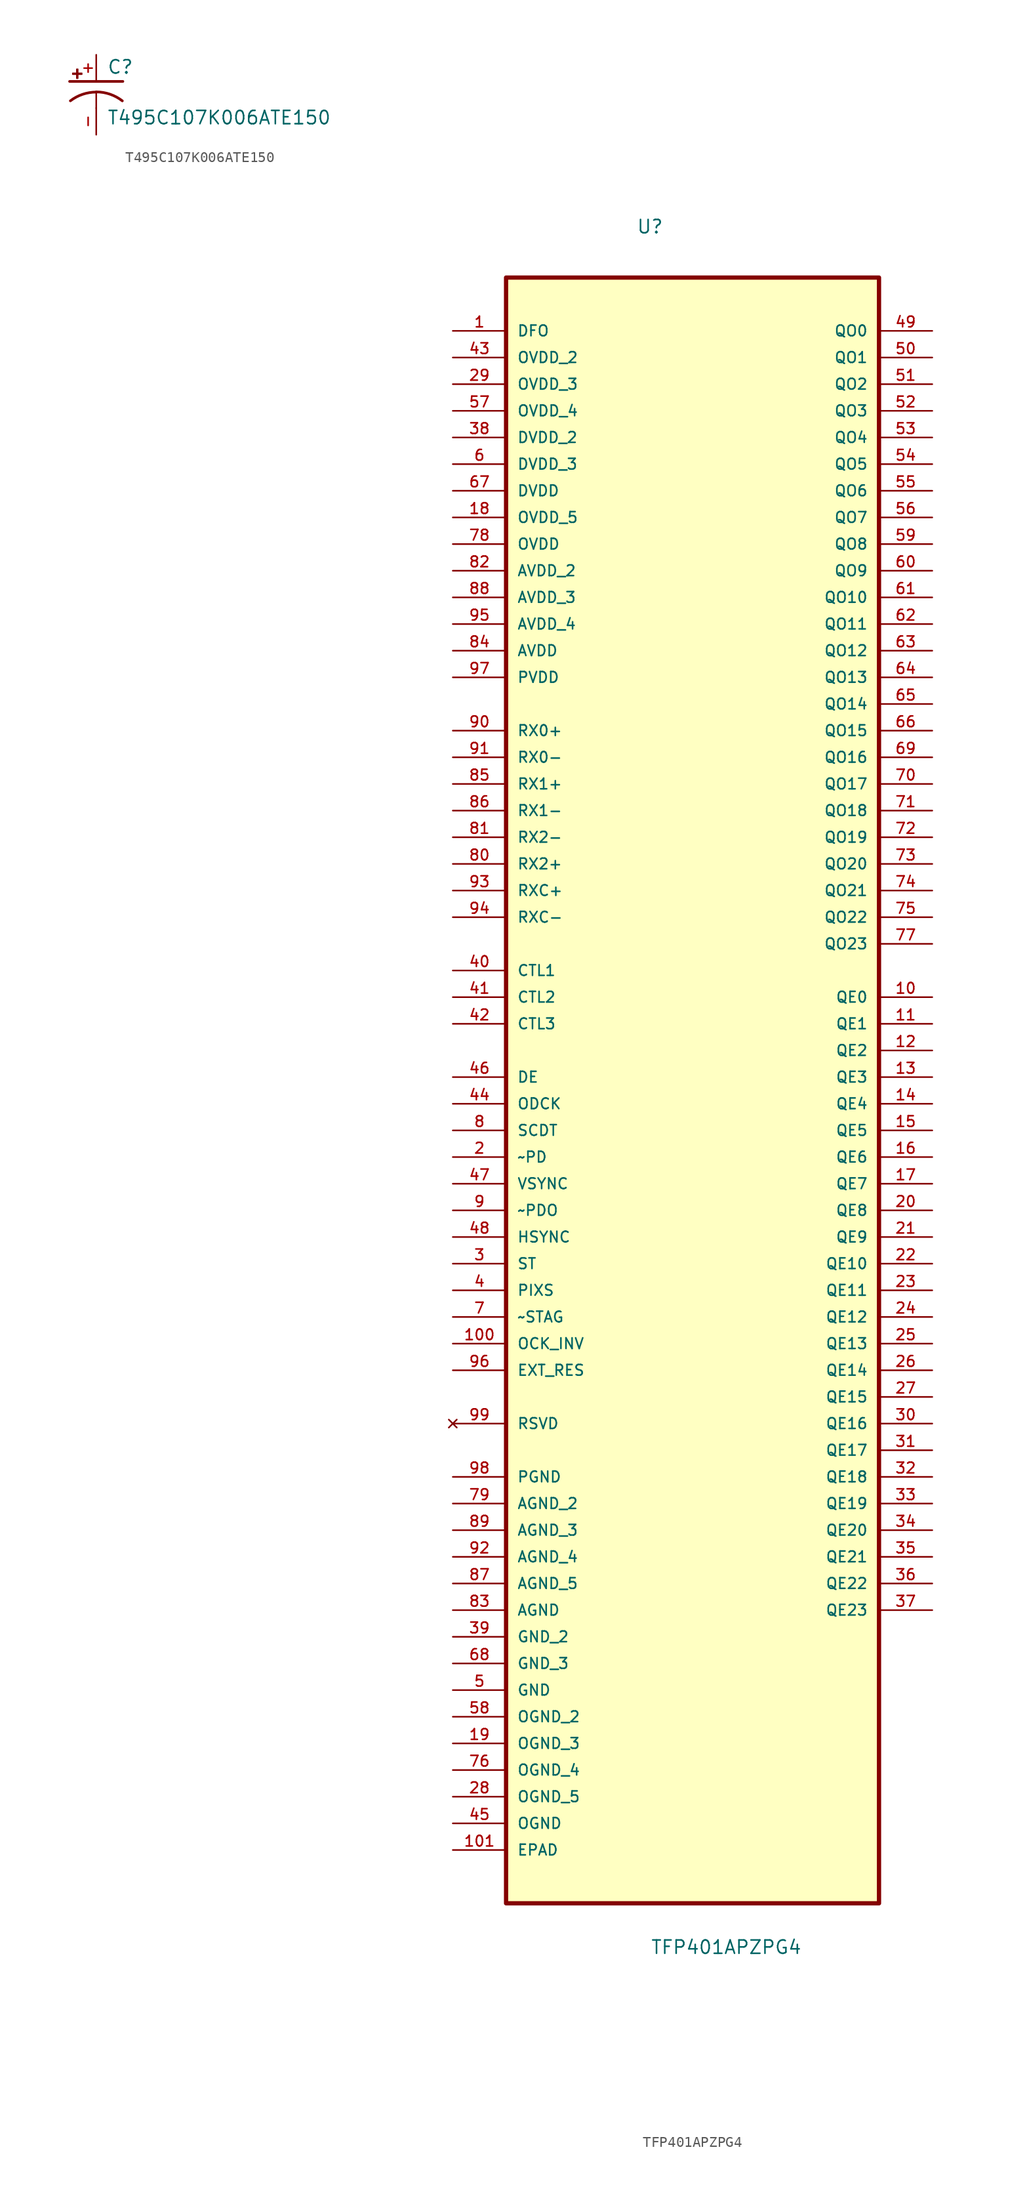
<source format=kicad_sym>
(kicad_symbol_lib
  (version 20231120)
  (generator "kicad_symbol_editor")
  (generator_version "8.0")
  (symbol "T495C107K006ATE150"
    (pin_names
      (offset 1.016))
    (property "Reference" "C"
      (at 1.018 0.636 0)
      (effects (font (size 1.27 1.27)) (justify left bottom)))
    (property "Value" "T495C107K006ATE150"
      (at 1.016 -4.193 0)
      (effects (font (size 1.27 1.27)) (justify left bottom)))
    (symbol "T495C107K006ATE150_0_0"
      (rectangle (start -2.254 0.668) (end -1.364 0.795) (stroke (width 0.1) (type default)) (fill (type outline)))
      (rectangle (start -1.872 0.287) (end -1.745 1.176) (stroke (width 0.1) (type default)) (fill (type outline)))
      (arc (start 0 -1.0161) (mid -1.3147 -1.2346) (end -2.4669 -1.8504) (stroke (width 0.254) (type default)) (fill (type none)))
      (polyline (pts (xy -2.54 0) (xy 2.54 0)) (stroke (width 0.254) (type default)) (fill (type none)))
      (polyline (pts (xy 0 -1.016) (xy 0 -2.54)) (stroke (width 0.152) (type default)) (fill (type none)))
      (arc (start 2.4892 -1.8542) (mid 1.3199 -1.2209) (end 0 -1) (stroke (width 0.254) (type default)) (fill (type none)))
      (pin passive line (at 0 2.54 270) (length 2.54) (name "~" (effects (font (size 1.016 1.016)))) (number "+" (effects (font (size 1.016 1.016)))))
      (pin passive line (at 0 -5.08 90) (length 2.54) (name "~" (effects (font (size 1.016 1.016)))) (number "-" (effects (font (size 1.016 1.016)))))))
  (symbol "TFP401APZPG4"
    (pin_names
      (offset 1.016))
    (property "Reference" "U"
      (at -5.364 77.766 0)
      (effects (font (size 1.27 1.27)) (justify left bottom)))
    (property "Value" "TFP401APZPG4"
      (at -4.019 -86.206 0)
      (effects (font (size 1.27 1.27)) (justify left bottom)))
    (symbol "TFP401APZPG4_0_0"
      (rectangle (start -17.78 -81.28) (end 17.78 73.66) (stroke (width 0.406) (type default)) (fill (type background)))
      (pin input line (at -22.86 68.58 0) (length 5.08) (name "DFO" (effects (font (size 1.016 1.016)))) (number "1" (effects (font (size 1.016 1.016)))))
      (pin output line (at 22.86 5.08 180) (length 5.08) (name "QE0" (effects (font (size 1.016 1.016)))) (number "10" (effects (font (size 1.016 1.016)))))
      (pin input line (at -22.86 -27.94 0) (length 5.08) (name "OCK_INV" (effects (font (size 1.016 1.016)))) (number "100" (effects (font (size 1.016 1.016)))))
      (pin passive line (at -22.86 -76.2 0) (length 5.08) (name "EPAD" (effects (font (size 1.016 1.016)))) (number "101" (effects (font (size 1.016 1.016)))))
      (pin output line (at 22.86 2.54 180) (length 5.08) (name "QE1" (effects (font (size 1.016 1.016)))) (number "11" (effects (font (size 1.016 1.016)))))
      (pin output line (at 22.86 0 180) (length 5.08) (name "QE2" (effects (font (size 1.016 1.016)))) (number "12" (effects (font (size 1.016 1.016)))))
      (pin output line (at 22.86 -2.54 180) (length 5.08) (name "QE3" (effects (font (size 1.016 1.016)))) (number "13" (effects (font (size 1.016 1.016)))))
      (pin output line (at 22.86 -5.08 180) (length 5.08) (name "QE4" (effects (font (size 1.016 1.016)))) (number "14" (effects (font (size 1.016 1.016)))))
      (pin output line (at 22.86 -7.62 180) (length 5.08) (name "QE5" (effects (font (size 1.016 1.016)))) (number "15" (effects (font (size 1.016 1.016)))))
      (pin output line (at 22.86 -10.16 180) (length 5.08) (name "QE6" (effects (font (size 1.016 1.016)))) (number "16" (effects (font (size 1.016 1.016)))))
      (pin output line (at 22.86 -12.7 180) (length 5.08) (name "QE7" (effects (font (size 1.016 1.016)))) (number "17" (effects (font (size 1.016 1.016)))))
      (pin power_in line (at -22.86 50.8 0) (length 5.08) (name "OVDD_5" (effects (font (size 1.016 1.016)))) (number "18" (effects (font (size 1.016 1.016)))))
      (pin passive line (at -22.86 -66.04 0) (length 5.08) (name "OGND_3" (effects (font (size 1.016 1.016)))) (number "19" (effects (font (size 1.016 1.016)))))
      (pin input line (at -22.86 -10.16 0) (length 5.08) (name "~PD" (effects (font (size 1.016 1.016)))) (number "2" (effects (font (size 1.016 1.016)))))
      (pin output line (at 22.86 -15.24 180) (length 5.08) (name "QE8" (effects (font (size 1.016 1.016)))) (number "20" (effects (font (size 1.016 1.016)))))
      (pin output line (at 22.86 -17.78 180) (length 5.08) (name "QE9" (effects (font (size 1.016 1.016)))) (number "21" (effects (font (size 1.016 1.016)))))
      (pin output line (at 22.86 -20.32 180) (length 5.08) (name "QE10" (effects (font (size 1.016 1.016)))) (number "22" (effects (font (size 1.016 1.016)))))
      (pin output line (at 22.86 -22.86 180) (length 5.08) (name "QE11" (effects (font (size 1.016 1.016)))) (number "23" (effects (font (size 1.016 1.016)))))
      (pin output line (at 22.86 -25.4 180) (length 5.08) (name "QE12" (effects (font (size 1.016 1.016)))) (number "24" (effects (font (size 1.016 1.016)))))
      (pin output line (at 22.86 -27.94 180) (length 5.08) (name "QE13" (effects (font (size 1.016 1.016)))) (number "25" (effects (font (size 1.016 1.016)))))
      (pin output line (at 22.86 -30.48 180) (length 5.08) (name "QE14" (effects (font (size 1.016 1.016)))) (number "26" (effects (font (size 1.016 1.016)))))
      (pin output line (at 22.86 -33.02 180) (length 5.08) (name "QE15" (effects (font (size 1.016 1.016)))) (number "27" (effects (font (size 1.016 1.016)))))
      (pin passive line (at -22.86 -71.12 0) (length 5.08) (name "OGND_5" (effects (font (size 1.016 1.016)))) (number "28" (effects (font (size 1.016 1.016)))))
      (pin power_in line (at -22.86 63.5 0) (length 5.08) (name "OVDD_3" (effects (font (size 1.016 1.016)))) (number "29" (effects (font (size 1.016 1.016)))))
      (pin input line (at -22.86 -20.32 0) (length 5.08) (name "ST" (effects (font (size 1.016 1.016)))) (number "3" (effects (font (size 1.016 1.016)))))
      (pin output line (at 22.86 -35.56 180) (length 5.08) (name "QE16" (effects (font (size 1.016 1.016)))) (number "30" (effects (font (size 1.016 1.016)))))
      (pin output line (at 22.86 -38.1 180) (length 5.08) (name "QE17" (effects (font (size 1.016 1.016)))) (number "31" (effects (font (size 1.016 1.016)))))
      (pin output line (at 22.86 -40.64 180) (length 5.08) (name "QE18" (effects (font (size 1.016 1.016)))) (number "32" (effects (font (size 1.016 1.016)))))
      (pin output line (at 22.86 -43.18 180) (length 5.08) (name "QE19" (effects (font (size 1.016 1.016)))) (number "33" (effects (font (size 1.016 1.016)))))
      (pin output line (at 22.86 -45.72 180) (length 5.08) (name "QE20" (effects (font (size 1.016 1.016)))) (number "34" (effects (font (size 1.016 1.016)))))
      (pin output line (at 22.86 -48.26 180) (length 5.08) (name "QE21" (effects (font (size 1.016 1.016)))) (number "35" (effects (font (size 1.016 1.016)))))
      (pin output line (at 22.86 -50.8 180) (length 5.08) (name "QE22" (effects (font (size 1.016 1.016)))) (number "36" (effects (font (size 1.016 1.016)))))
      (pin output line (at 22.86 -53.34 180) (length 5.08) (name "QE23" (effects (font (size 1.016 1.016)))) (number "37" (effects (font (size 1.016 1.016)))))
      (pin power_in line (at -22.86 58.42 0) (length 5.08) (name "DVDD_2" (effects (font (size 1.016 1.016)))) (number "38" (effects (font (size 1.016 1.016)))))
      (pin passive line (at -22.86 -55.88 0) (length 5.08) (name "GND_2" (effects (font (size 1.016 1.016)))) (number "39" (effects (font (size 1.016 1.016)))))
      (pin input line (at -22.86 -22.86 0) (length 5.08) (name "PIXS" (effects (font (size 1.016 1.016)))) (number "4" (effects (font (size 1.016 1.016)))))
      (pin output line (at -22.86 7.62 0) (length 5.08) (name "CTL1" (effects (font (size 1.016 1.016)))) (number "40" (effects (font (size 1.016 1.016)))))
      (pin output line (at -22.86 5.08 0) (length 5.08) (name "CTL2" (effects (font (size 1.016 1.016)))) (number "41" (effects (font (size 1.016 1.016)))))
      (pin output line (at -22.86 2.54 0) (length 5.08) (name "CTL3" (effects (font (size 1.016 1.016)))) (number "42" (effects (font (size 1.016 1.016)))))
      (pin power_in line (at -22.86 66.04 0) (length 5.08) (name "OVDD_2" (effects (font (size 1.016 1.016)))) (number "43" (effects (font (size 1.016 1.016)))))
      (pin output line (at -22.86 -5.08 0) (length 5.08) (name "ODCK" (effects (font (size 1.016 1.016)))) (number "44" (effects (font (size 1.016 1.016)))))
      (pin passive line (at -22.86 -73.66 0) (length 5.08) (name "OGND" (effects (font (size 1.016 1.016)))) (number "45" (effects (font (size 1.016 1.016)))))
      (pin output line (at -22.86 -2.54 0) (length 5.08) (name "DE" (effects (font (size 1.016 1.016)))) (number "46" (effects (font (size 1.016 1.016)))))
      (pin output line (at -22.86 -12.7 0) (length 5.08) (name "VSYNC" (effects (font (size 1.016 1.016)))) (number "47" (effects (font (size 1.016 1.016)))))
      (pin output line (at -22.86 -17.78 0) (length 5.08) (name "HSYNC" (effects (font (size 1.016 1.016)))) (number "48" (effects (font (size 1.016 1.016)))))
      (pin output line (at 22.86 68.58 180) (length 5.08) (name "QO0" (effects (font (size 1.016 1.016)))) (number "49" (effects (font (size 1.016 1.016)))))
      (pin passive line (at -22.86 -60.96 0) (length 5.08) (name "GND" (effects (font (size 1.016 1.016)))) (number "5" (effects (font (size 1.016 1.016)))))
      (pin output line (at 22.86 66.04 180) (length 5.08) (name "QO1" (effects (font (size 1.016 1.016)))) (number "50" (effects (font (size 1.016 1.016)))))
      (pin output line (at 22.86 63.5 180) (length 5.08) (name "QO2" (effects (font (size 1.016 1.016)))) (number "51" (effects (font (size 1.016 1.016)))))
      (pin output line (at 22.86 60.96 180) (length 5.08) (name "QO3" (effects (font (size 1.016 1.016)))) (number "52" (effects (font (size 1.016 1.016)))))
      (pin output line (at 22.86 58.42 180) (length 5.08) (name "QO4" (effects (font (size 1.016 1.016)))) (number "53" (effects (font (size 1.016 1.016)))))
      (pin output line (at 22.86 55.88 180) (length 5.08) (name "QO5" (effects (font (size 1.016 1.016)))) (number "54" (effects (font (size 1.016 1.016)))))
      (pin output line (at 22.86 53.34 180) (length 5.08) (name "QO6" (effects (font (size 1.016 1.016)))) (number "55" (effects (font (size 1.016 1.016)))))
      (pin output line (at 22.86 50.8 180) (length 5.08) (name "QO7" (effects (font (size 1.016 1.016)))) (number "56" (effects (font (size 1.016 1.016)))))
      (pin power_in line (at -22.86 60.96 0) (length 5.08) (name "OVDD_4" (effects (font (size 1.016 1.016)))) (number "57" (effects (font (size 1.016 1.016)))))
      (pin passive line (at -22.86 -63.5 0) (length 5.08) (name "OGND_2" (effects (font (size 1.016 1.016)))) (number "58" (effects (font (size 1.016 1.016)))))
      (pin output line (at 22.86 48.26 180) (length 5.08) (name "QO8" (effects (font (size 1.016 1.016)))) (number "59" (effects (font (size 1.016 1.016)))))
      (pin power_in line (at -22.86 55.88 0) (length 5.08) (name "DVDD_3" (effects (font (size 1.016 1.016)))) (number "6" (effects (font (size 1.016 1.016)))))
      (pin output line (at 22.86 45.72 180) (length 5.08) (name "QO9" (effects (font (size 1.016 1.016)))) (number "60" (effects (font (size 1.016 1.016)))))
      (pin output line (at 22.86 43.18 180) (length 5.08) (name "QO10" (effects (font (size 1.016 1.016)))) (number "61" (effects (font (size 1.016 1.016)))))
      (pin output line (at 22.86 40.64 180) (length 5.08) (name "QO11" (effects (font (size 1.016 1.016)))) (number "62" (effects (font (size 1.016 1.016)))))
      (pin output line (at 22.86 38.1 180) (length 5.08) (name "QO12" (effects (font (size 1.016 1.016)))) (number "63" (effects (font (size 1.016 1.016)))))
      (pin output line (at 22.86 35.56 180) (length 5.08) (name "QO13" (effects (font (size 1.016 1.016)))) (number "64" (effects (font (size 1.016 1.016)))))
      (pin output line (at 22.86 33.02 180) (length 5.08) (name "QO14" (effects (font (size 1.016 1.016)))) (number "65" (effects (font (size 1.016 1.016)))))
      (pin output line (at 22.86 30.48 180) (length 5.08) (name "QO15" (effects (font (size 1.016 1.016)))) (number "66" (effects (font (size 1.016 1.016)))))
      (pin power_in line (at -22.86 53.34 0) (length 5.08) (name "DVDD" (effects (font (size 1.016 1.016)))) (number "67" (effects (font (size 1.016 1.016)))))
      (pin passive line (at -22.86 -58.42 0) (length 5.08) (name "GND_3" (effects (font (size 1.016 1.016)))) (number "68" (effects (font (size 1.016 1.016)))))
      (pin output line (at 22.86 27.94 180) (length 5.08) (name "QO16" (effects (font (size 1.016 1.016)))) (number "69" (effects (font (size 1.016 1.016)))))
      (pin input line (at -22.86 -25.4 0) (length 5.08) (name "~STAG" (effects (font (size 1.016 1.016)))) (number "7" (effects (font (size 1.016 1.016)))))
      (pin output line (at 22.86 25.4 180) (length 5.08) (name "QO17" (effects (font (size 1.016 1.016)))) (number "70" (effects (font (size 1.016 1.016)))))
      (pin output line (at 22.86 22.86 180) (length 5.08) (name "QO18" (effects (font (size 1.016 1.016)))) (number "71" (effects (font (size 1.016 1.016)))))
      (pin output line (at 22.86 20.32 180) (length 5.08) (name "QO19" (effects (font (size 1.016 1.016)))) (number "72" (effects (font (size 1.016 1.016)))))
      (pin output line (at 22.86 17.78 180) (length 5.08) (name "QO20" (effects (font (size 1.016 1.016)))) (number "73" (effects (font (size 1.016 1.016)))))
      (pin output line (at 22.86 15.24 180) (length 5.08) (name "QO21" (effects (font (size 1.016 1.016)))) (number "74" (effects (font (size 1.016 1.016)))))
      (pin output line (at 22.86 12.7 180) (length 5.08) (name "QO22" (effects (font (size 1.016 1.016)))) (number "75" (effects (font (size 1.016 1.016)))))
      (pin passive line (at -22.86 -68.58 0) (length 5.08) (name "OGND_4" (effects (font (size 1.016 1.016)))) (number "76" (effects (font (size 1.016 1.016)))))
      (pin output line (at 22.86 10.16 180) (length 5.08) (name "QO23" (effects (font (size 1.016 1.016)))) (number "77" (effects (font (size 1.016 1.016)))))
      (pin power_in line (at -22.86 48.26 0) (length 5.08) (name "OVDD" (effects (font (size 1.016 1.016)))) (number "78" (effects (font (size 1.016 1.016)))))
      (pin passive line (at -22.86 -43.18 0) (length 5.08) (name "AGND_2" (effects (font (size 1.016 1.016)))) (number "79" (effects (font (size 1.016 1.016)))))
      (pin output line (at -22.86 -7.62 0) (length 5.08) (name "SCDT" (effects (font (size 1.016 1.016)))) (number "8" (effects (font (size 1.016 1.016)))))
      (pin input line (at -22.86 17.78 0) (length 5.08) (name "RX2+" (effects (font (size 1.016 1.016)))) (number "80" (effects (font (size 1.016 1.016)))))
      (pin input line (at -22.86 20.32 0) (length 5.08) (name "RX2-" (effects (font (size 1.016 1.016)))) (number "81" (effects (font (size 1.016 1.016)))))
      (pin power_in line (at -22.86 45.72 0) (length 5.08) (name "AVDD_2" (effects (font (size 1.016 1.016)))) (number "82" (effects (font (size 1.016 1.016)))))
      (pin passive line (at -22.86 -53.34 0) (length 5.08) (name "AGND" (effects (font (size 1.016 1.016)))) (number "83" (effects (font (size 1.016 1.016)))))
      (pin power_in line (at -22.86 38.1 0) (length 5.08) (name "AVDD" (effects (font (size 1.016 1.016)))) (number "84" (effects (font (size 1.016 1.016)))))
      (pin input line (at -22.86 25.4 0) (length 5.08) (name "RX1+" (effects (font (size 1.016 1.016)))) (number "85" (effects (font (size 1.016 1.016)))))
      (pin input line (at -22.86 22.86 0) (length 5.08) (name "RX1-" (effects (font (size 1.016 1.016)))) (number "86" (effects (font (size 1.016 1.016)))))
      (pin passive line (at -22.86 -50.8 0) (length 5.08) (name "AGND_5" (effects (font (size 1.016 1.016)))) (number "87" (effects (font (size 1.016 1.016)))))
      (pin power_in line (at -22.86 43.18 0) (length 5.08) (name "AVDD_3" (effects (font (size 1.016 1.016)))) (number "88" (effects (font (size 1.016 1.016)))))
      (pin passive line (at -22.86 -45.72 0) (length 5.08) (name "AGND_3" (effects (font (size 1.016 1.016)))) (number "89" (effects (font (size 1.016 1.016)))))
      (pin input line (at -22.86 -15.24 0) (length 5.08) (name "~PDO" (effects (font (size 1.016 1.016)))) (number "9" (effects (font (size 1.016 1.016)))))
      (pin input line (at -22.86 30.48 0) (length 5.08) (name "RX0+" (effects (font (size 1.016 1.016)))) (number "90" (effects (font (size 1.016 1.016)))))
      (pin input line (at -22.86 27.94 0) (length 5.08) (name "RX0-" (effects (font (size 1.016 1.016)))) (number "91" (effects (font (size 1.016 1.016)))))
      (pin passive line (at -22.86 -48.26 0) (length 5.08) (name "AGND_4" (effects (font (size 1.016 1.016)))) (number "92" (effects (font (size 1.016 1.016)))))
      (pin input line (at -22.86 15.24 0) (length 5.08) (name "RXC+" (effects (font (size 1.016 1.016)))) (number "93" (effects (font (size 1.016 1.016)))))
      (pin input line (at -22.86 12.7 0) (length 5.08) (name "RXC-" (effects (font (size 1.016 1.016)))) (number "94" (effects (font (size 1.016 1.016)))))
      (pin power_in line (at -22.86 40.64 0) (length 5.08) (name "AVDD_4" (effects (font (size 1.016 1.016)))) (number "95" (effects (font (size 1.016 1.016)))))
      (pin input line (at -22.86 -30.48 0) (length 5.08) (name "EXT_RES" (effects (font (size 1.016 1.016)))) (number "96" (effects (font (size 1.016 1.016)))))
      (pin power_in line (at -22.86 35.56 0) (length 5.08) (name "PVDD" (effects (font (size 1.016 1.016)))) (number "97" (effects (font (size 1.016 1.016)))))
      (pin passive line (at -22.86 -40.64 0) (length 5.08) (name "PGND" (effects (font (size 1.016 1.016)))) (number "98" (effects (font (size 1.016 1.016)))))
      (pin no_connect line (at -22.86 -35.56 0) (length 5.08) (name "RSVD" (effects (font (size 1.016 1.016)))) (number "99" (effects (font (size 1.016 1.016))))))))
</source>
